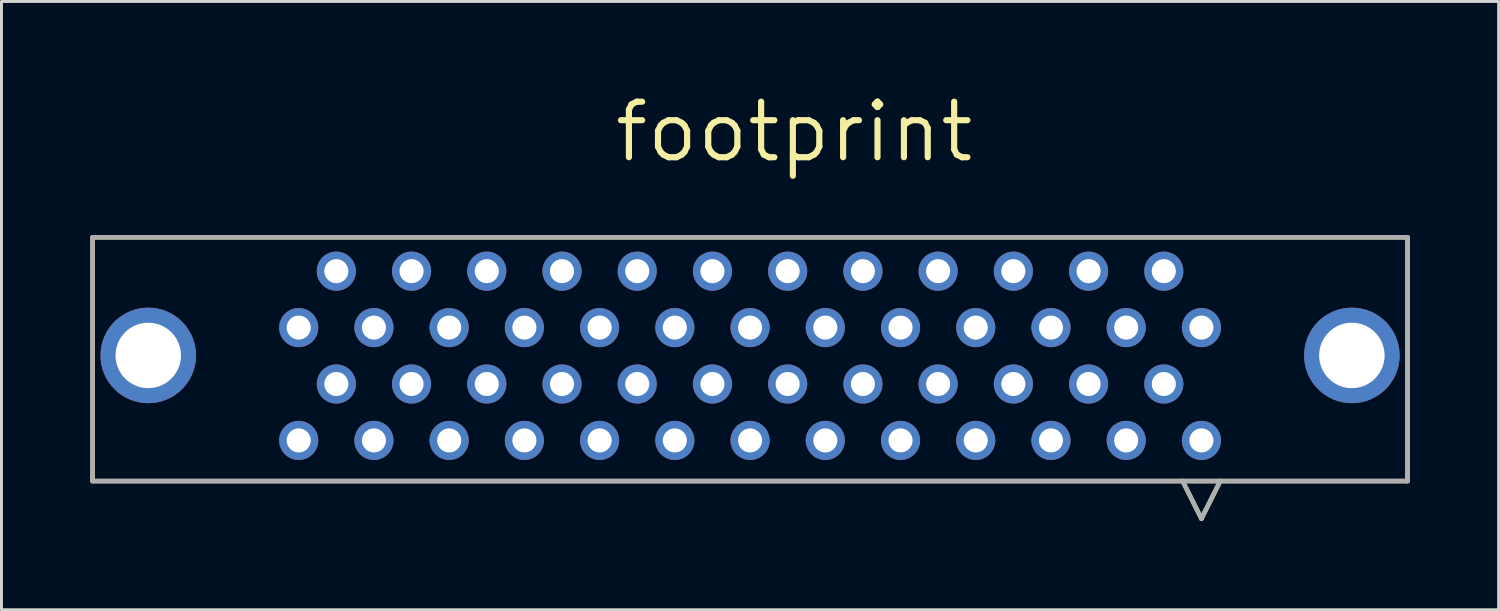
<source format=kicad_pcb>
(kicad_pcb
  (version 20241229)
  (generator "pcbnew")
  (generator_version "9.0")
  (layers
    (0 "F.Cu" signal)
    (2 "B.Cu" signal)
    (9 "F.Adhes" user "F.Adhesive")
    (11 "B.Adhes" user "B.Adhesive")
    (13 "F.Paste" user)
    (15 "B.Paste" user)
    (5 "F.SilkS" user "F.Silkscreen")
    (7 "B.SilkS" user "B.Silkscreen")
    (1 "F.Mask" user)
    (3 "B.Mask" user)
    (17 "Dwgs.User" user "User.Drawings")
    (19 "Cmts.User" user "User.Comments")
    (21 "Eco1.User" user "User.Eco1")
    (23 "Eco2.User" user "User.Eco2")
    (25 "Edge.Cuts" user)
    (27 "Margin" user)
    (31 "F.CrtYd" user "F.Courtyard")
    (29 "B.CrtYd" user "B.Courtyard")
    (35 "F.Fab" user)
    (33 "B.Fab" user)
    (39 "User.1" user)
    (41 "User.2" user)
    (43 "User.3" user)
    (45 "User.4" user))
  (footprint "footprint"
    (layer "F.Cu")
    (at 22.276 4.963)
    (property "Reference" "footprint" (at -4.674 -2.464 0) (layer "F.SilkS") (effects (font (size 1.875 1.875) (thickness 0.208)) (justify left bottom)))
    (fp_line (start -22.2 0) (end -22.2 8.23) (stroke (width 0.152) (type solid)) (layer "F.SilkS"))
    (fp_line (start -22.2 8.23) (end 22.2 8.23) (stroke (width 0.152) (type solid)) (layer "F.SilkS"))
    (fp_line (start 14.605 8.23) (end 15.24 9.5) (stroke (width 0.152) (type solid)) (layer "F.SilkS"))
    (fp_line (start 15.875 8.23) (end 15.24 9.5) (stroke (width 0.152) (type solid)) (layer "F.SilkS"))
    (fp_line (start 22.2 0) (end -22.2 0) (stroke (width 0.152) (type solid)) (layer "F.SilkS"))
    (fp_line (start 22.2 8.23) (end 22.2 0) (stroke (width 0.152) (type solid)) (layer "F.SilkS"))
    (fp_line (start -22.2 0) (end -22.2 8.23) (stroke (width 0.152) (type solid)) (layer "F.Fab"))
    (fp_line (start -22.2 8.23) (end 22.2 8.23) (stroke (width 0.152) (type solid)) (layer "F.Fab"))
    (fp_line (start 14.605 8.23) (end 15.24 9.5) (stroke (width 0.152) (type solid)) (layer "F.Fab"))
    (fp_line (start 15.875 8.23) (end 15.24 9.5) (stroke (width 0.152) (type solid)) (layer "F.Fab"))
    (fp_line (start 22.2 0) (end -22.2 0) (stroke (width 0.152) (type solid)) (layer "F.Fab"))
    (fp_line (start 22.2 8.23) (end 22.2 0) (stroke (width 0.152) (type solid)) (layer "F.Fab"))
    (pad "1" thru_hole circle (at 15.24 6.858) (size 1.321 1.321) (drill 0.813) (layers "*.Cu" "*.Mask"))
    (pad "2" thru_hole circle (at 13.97 4.953) (size 1.321 1.321) (drill 0.813) (layers "*.Cu" "*.Mask"))
    (pad "3" thru_hole circle (at 12.7 6.858) (size 1.321 1.321) (drill 0.813) (layers "*.Cu" "*.Mask"))
    (pad "4" thru_hole circle (at 11.43 4.953) (size 1.321 1.321) (drill 0.813) (layers "*.Cu" "*.Mask"))
    (pad "5" thru_hole circle (at 10.16 6.858) (size 1.321 1.321) (drill 0.813) (layers "*.Cu" "*.Mask"))
    (pad "6" thru_hole circle (at 8.89 4.953) (size 1.321 1.321) (drill 0.813) (layers "*.Cu" "*.Mask"))
    (pad "7" thru_hole circle (at 7.62 6.858) (size 1.321 1.321) (drill 0.813) (layers "*.Cu" "*.Mask"))
    (pad "8" thru_hole circle (at 6.35 4.953) (size 1.321 1.321) (drill 0.813) (layers "*.Cu" "*.Mask"))
    (pad "9" thru_hole circle (at 5.08 6.858) (size 1.321 1.321) (drill 0.813) (layers "*.Cu" "*.Mask"))
    (pad "10" thru_hole circle (at 3.81 4.953) (size 1.321 1.321) (drill 0.813) (layers "*.Cu" "*.Mask"))
    (pad "11" thru_hole circle (at 2.54 6.858) (size 1.321 1.321) (drill 0.813) (layers "*.Cu" "*.Mask"))
    (pad "12" thru_hole circle (at 1.27 4.953) (size 1.321 1.321) (drill 0.813) (layers "*.Cu" "*.Mask"))
    (pad "13" thru_hole circle (at 0 6.858) (size 1.321 1.321) (drill 0.813) (layers "*.Cu" "*.Mask"))
    (pad "14" thru_hole circle (at -1.27 4.953) (size 1.321 1.321) (drill 0.813) (layers "*.Cu" "*.Mask"))
    (pad "15" thru_hole circle (at -2.54 6.858) (size 1.321 1.321) (drill 0.813) (layers "*.Cu" "*.Mask"))
    (pad "16" thru_hole circle (at -3.81 4.953) (size 1.321 1.321) (drill 0.813) (layers "*.Cu" "*.Mask"))
    (pad "17" thru_hole circle (at -5.08 6.858) (size 1.321 1.321) (drill 0.813) (layers "*.Cu" "*.Mask"))
    (pad "18" thru_hole circle (at -6.35 4.953) (size 1.321 1.321) (drill 0.813) (layers "*.Cu" "*.Mask"))
    (pad "19" thru_hole circle (at -7.62 6.858) (size 1.321 1.321) (drill 0.813) (layers "*.Cu" "*.Mask"))
    (pad "20" thru_hole circle (at -8.89 4.953) (size 1.321 1.321) (drill 0.813) (layers "*.Cu" "*.Mask"))
    (pad "21" thru_hole circle (at -10.16 6.858) (size 1.321 1.321) (drill 0.813) (layers "*.Cu" "*.Mask"))
    (pad "22" thru_hole circle (at -11.43 4.953) (size 1.321 1.321) (drill 0.813) (layers "*.Cu" "*.Mask"))
    (pad "23" thru_hole circle (at -12.7 6.858) (size 1.321 1.321) (drill 0.813) (layers "*.Cu" "*.Mask"))
    (pad "24" thru_hole circle (at -13.97 4.953) (size 1.321 1.321) (drill 0.813) (layers "*.Cu" "*.Mask"))
    (pad "25" thru_hole circle (at -15.24 6.858) (size 1.321 1.321) (drill 0.813) (layers "*.Cu" "*.Mask"))
    (pad "26" thru_hole circle (at 15.24 3.048) (size 1.321 1.321) (drill 0.813) (layers "*.Cu" "*.Mask"))
    (pad "27" thru_hole circle (at 13.97 1.143) (size 1.321 1.321) (drill 0.813) (layers "*.Cu" "*.Mask"))
    (pad "28" thru_hole circle (at 12.7 3.048) (size 1.321 1.321) (drill 0.813) (layers "*.Cu" "*.Mask"))
    (pad "29" thru_hole circle (at 11.43 1.143) (size 1.321 1.321) (drill 0.813) (layers "*.Cu" "*.Mask"))
    (pad "30" thru_hole circle (at 10.16 3.048) (size 1.321 1.321) (drill 0.813) (layers "*.Cu" "*.Mask"))
    (pad "31" thru_hole circle (at 8.89 1.143) (size 1.321 1.321) (drill 0.813) (layers "*.Cu" "*.Mask"))
    (pad "32" thru_hole circle (at 7.62 3.048) (size 1.321 1.321) (drill 0.813) (layers "*.Cu" "*.Mask"))
    (pad "33" thru_hole circle (at 6.35 1.143) (size 1.321 1.321) (drill 0.813) (layers "*.Cu" "*.Mask"))
    (pad "34" thru_hole circle (at 5.08 3.048) (size 1.321 1.321) (drill 0.813) (layers "*.Cu" "*.Mask"))
    (pad "35" thru_hole circle (at 3.81 1.143) (size 1.321 1.321) (drill 0.813) (layers "*.Cu" "*.Mask"))
    (pad "36" thru_hole circle (at 2.54 3.048) (size 1.321 1.321) (drill 0.813) (layers "*.Cu" "*.Mask"))
    (pad "37" thru_hole circle (at 1.27 1.143) (size 1.321 1.321) (drill 0.813) (layers "*.Cu" "*.Mask"))
    (pad "38" thru_hole circle (at 0 3.048) (size 1.321 1.321) (drill 0.813) (layers "*.Cu" "*.Mask"))
    (pad "39" thru_hole circle (at -1.27 1.143) (size 1.321 1.321) (drill 0.813) (layers "*.Cu" "*.Mask"))
    (pad "40" thru_hole circle (at -2.54 3.048) (size 1.321 1.321) (drill 0.813) (layers "*.Cu" "*.Mask"))
    (pad "41" thru_hole circle (at -3.81 1.143) (size 1.321 1.321) (drill 0.813) (layers "*.Cu" "*.Mask"))
    (pad "42" thru_hole circle (at -5.08 3.048) (size 1.321 1.321) (drill 0.813) (layers "*.Cu" "*.Mask"))
    (pad "43" thru_hole circle (at -6.35 1.143) (size 1.321 1.321) (drill 0.813) (layers "*.Cu" "*.Mask"))
    (pad "44" thru_hole circle (at -7.62 3.048) (size 1.321 1.321) (drill 0.813) (layers "*.Cu" "*.Mask"))
    (pad "45" thru_hole circle (at -8.89 1.143) (size 1.321 1.321) (drill 0.813) (layers "*.Cu" "*.Mask"))
    (pad "46" thru_hole circle (at -10.16 3.048) (size 1.321 1.321) (drill 0.813) (layers "*.Cu" "*.Mask"))
    (pad "47" thru_hole circle (at -11.43 1.143) (size 1.321 1.321) (drill 0.813) (layers "*.Cu" "*.Mask"))
    (pad "48" thru_hole circle (at -12.7 3.048) (size 1.321 1.321) (drill 0.813) (layers "*.Cu" "*.Mask"))
    (pad "49" thru_hole circle (at -13.97 1.143) (size 1.321 1.321) (drill 0.813) (layers "*.Cu" "*.Mask"))
    (pad "50" thru_hole circle (at -15.24 3.048) (size 1.321 1.321) (drill 0.813) (layers "*.Cu" "*.Mask"))
    (pad "51" thru_hole circle (at -20.32 3.988) (size 3.226 3.226) (drill 2.21) (layers "*.Cu" "*.Mask"))
    (pad "52" thru_hole circle (at 20.32 3.988) (size 3.226 3.226) (drill 2.21) (layers "*.Cu" "*.Mask")))
  (gr_rect
    (start -3 -3)
    (end 47.552 17.539)
    (stroke (width 0.1) (type default))
    (fill no)
    (layer "Edge.Cuts")))
</source>
